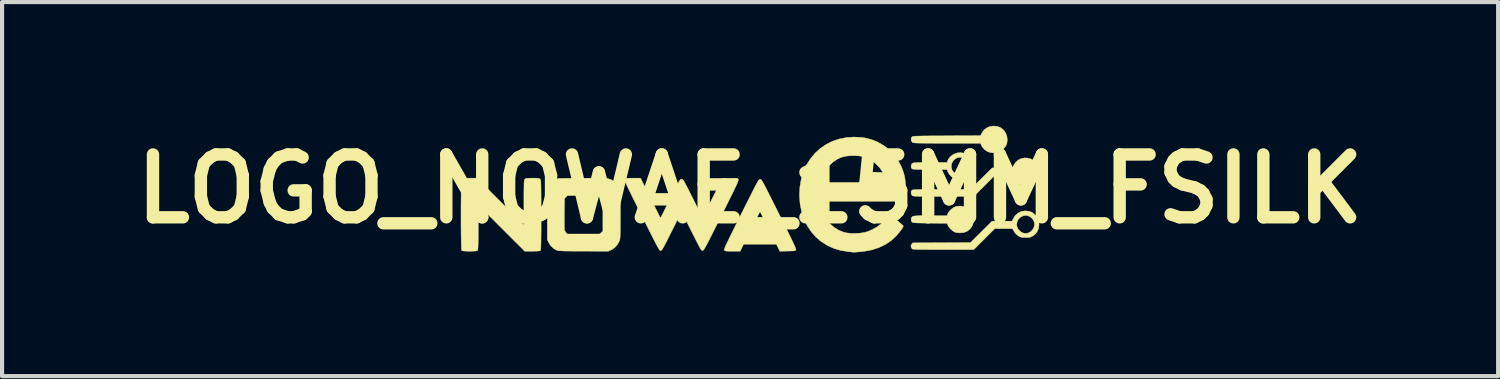
<source format=kicad_pcb>
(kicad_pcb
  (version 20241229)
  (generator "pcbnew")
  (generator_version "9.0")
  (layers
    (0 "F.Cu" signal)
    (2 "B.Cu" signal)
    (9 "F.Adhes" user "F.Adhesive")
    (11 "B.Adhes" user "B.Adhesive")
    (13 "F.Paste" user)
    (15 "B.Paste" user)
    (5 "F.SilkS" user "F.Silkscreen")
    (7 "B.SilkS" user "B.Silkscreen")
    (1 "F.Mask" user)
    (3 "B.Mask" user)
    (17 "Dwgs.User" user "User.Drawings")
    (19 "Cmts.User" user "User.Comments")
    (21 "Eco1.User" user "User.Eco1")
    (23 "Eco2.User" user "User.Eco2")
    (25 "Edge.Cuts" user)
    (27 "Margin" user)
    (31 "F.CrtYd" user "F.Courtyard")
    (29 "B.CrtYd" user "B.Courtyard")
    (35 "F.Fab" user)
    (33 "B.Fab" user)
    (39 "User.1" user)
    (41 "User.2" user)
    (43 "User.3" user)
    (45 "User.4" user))
  (footprint "LOGO_NOWAE_15MM_FSILK"
    (layer "F.Cu")
    (at 15.138 1.53)
    (property "Reference" "LOGO_NOWAE_15MM_FSILK" (at 0 0 0) (layer "F.SilkS") (effects (font (size 1.524 1.524) (thickness 0.3))))
    (attr through_hole)
    (fp_poly (pts (xy 5.195 0.431) (xy 5.271 0.461) (xy 5.326 0.499) (xy 5.376 0.563) (xy 5.409 0.64) (xy 5.422 0.725) (xy 5.416 0.81) (xy 5.39 0.89) (xy 5.385 0.898) (xy 5.332 0.974) (xy 5.265 1.027) (xy 5.184 1.058) (xy 5.09 1.068) (xy 5.02 1.062) (xy 4.961 1.046) (xy 4.956 1.044) (xy 4.91 1.015) (xy 4.862 0.972) (xy 4.821 0.924) (xy 4.794 0.879) (xy 4.791 0.872) (xy 4.778 0.835) (xy 4.363 0.831) (xy 4.247 0.83) (xy 4.154 0.828) (xy 4.081 0.827) (xy 4.027 0.825) (xy 3.987 0.822) (xy 3.96 0.819) (xy 3.942 0.814) (xy 3.93 0.809) (xy 3.926 0.805) (xy 3.906 0.769) (xy 3.905 0.727) (xy 3.921 0.688) (xy 3.933 0.675) (xy 3.943 0.669) (xy 3.956 0.663) (xy 3.976 0.659) (xy 4.004 0.656) (xy 4.045 0.654) (xy 4.1 0.652) (xy 4.173 0.652) (xy 4.267 0.651) (xy 4.369 0.651) (xy 4.775 0.651) (xy 4.791 0.609) (xy 4.817 0.562) (xy 4.86 0.512) (xy 4.911 0.469) (xy 4.956 0.441) (xy 5.03 0.42) (xy 5.112 0.417) (xy 5.195 0.431)) (stroke (width 0.01) (type solid)) (fill yes) (layer "F.SilkS"))
    (fp_poly (pts (xy 5.993 -1.516) (xy 6.02 -1.509) (xy 6.093 -1.474) (xy 6.153 -1.42) (xy 6.199 -1.351) (xy 6.228 -1.272) (xy 6.238 -1.187) (xy 6.226 -1.101) (xy 6.224 -1.092) (xy 6.199 -1.039) (xy 6.157 -0.984) (xy 6.107 -0.934) (xy 6.056 -0.9) (xy 6.051 -0.897) (xy 5.983 -0.878) (xy 5.905 -0.873) (xy 5.827 -0.881) (xy 5.759 -0.904) (xy 5.756 -0.905) (xy 5.685 -0.955) (xy 5.629 -1.02) (xy 5.605 -1.065) (xy 5.588 -1.107) (xy 4.775 -1.107) (xy 4.609 -1.107) (xy 4.467 -1.107) (xy 4.348 -1.108) (xy 4.248 -1.108) (xy 4.167 -1.109) (xy 4.101 -1.11) (xy 4.05 -1.111) (xy 4.012 -1.113) (xy 3.983 -1.116) (xy 3.963 -1.119) (xy 3.949 -1.122) (xy 3.94 -1.127) (xy 3.933 -1.131) (xy 3.91 -1.165) (xy 3.904 -1.207) (xy 3.915 -1.247) (xy 3.926 -1.261) (xy 3.932 -1.265) (xy 3.942 -1.269) (xy 3.957 -1.273) (xy 3.981 -1.275) (xy 4.014 -1.278) (xy 4.058 -1.28) (xy 4.116 -1.281) (xy 4.189 -1.283) (xy 4.28 -1.284) (xy 4.39 -1.285) (xy 4.521 -1.285) (xy 4.675 -1.286) (xy 4.768 -1.287) (xy 5.588 -1.29) (xy 5.62 -1.354) (xy 5.67 -1.425) (xy 5.736 -1.478) (xy 5.814 -1.512) (xy 5.902 -1.525) (xy 5.993 -1.516)) (stroke (width 0.01) (type solid)) (fill yes) (layer "F.SilkS"))
    (fp_poly (pts (xy 6.731 -0.747) (xy 6.808 -0.726) (xy 6.878 -0.686) (xy 6.937 -0.628) (xy 6.972 -0.574) (xy 6.997 -0.503) (xy 7.008 -0.425) (xy 7.004 -0.348) (xy 6.99 -0.295) (xy 6.945 -0.22) (xy 6.883 -0.16) (xy 6.807 -0.118) (xy 6.722 -0.096) (xy 6.633 -0.095) (xy 6.575 -0.107) (xy 6.524 -0.131) (xy 6.47 -0.172) (xy 6.421 -0.221) (xy 6.385 -0.27) (xy 6.378 -0.286) (xy 6.357 -0.339) (xy 5.946 -0.339) (xy 5.686 -0.078) (xy 5.425 0.182) (xy 4.688 0.182) (xy 4.531 0.182) (xy 4.398 0.182) (xy 4.287 0.182) (xy 4.195 0.181) (xy 4.122 0.181) (xy 4.064 0.179) (xy 4.02 0.178) (xy 3.987 0.176) (xy 3.964 0.173) (xy 3.948 0.17) (xy 3.938 0.165) (xy 3.931 0.16) (xy 3.927 0.156) (xy 3.908 0.121) (xy 3.904 0.08) (xy 3.915 0.044) (xy 3.928 0.031) (xy 3.937 0.027) (xy 3.956 0.023) (xy 3.985 0.021) (xy 4.027 0.018) (xy 4.084 0.016) (xy 4.157 0.015) (xy 4.249 0.014) (xy 4.361 0.013) (xy 4.495 0.013) (xy 4.649 0.013) (xy 5.346 0.013) (xy 5.608 -0.247) (xy 5.87 -0.508) (xy 6.116 -0.509) (xy 6.363 -0.509) (xy 6.396 -0.577) (xy 6.443 -0.648) (xy 6.504 -0.7) (xy 6.575 -0.734) (xy 6.652 -0.75) (xy 6.731 -0.747)) (stroke (width 0.01) (type solid)) (fill yes) (layer "F.SilkS"))
    (fp_poly (pts (xy 5.191 -0.866) (xy 5.268 -0.832) (xy 5.336 -0.779) (xy 5.387 -0.709) (xy 5.402 -0.678) (xy 5.418 -0.615) (xy 5.422 -0.541) (xy 5.413 -0.468) (xy 5.397 -0.417) (xy 5.349 -0.338) (xy 5.285 -0.28) (xy 5.205 -0.242) (xy 5.11 -0.225) (xy 5.106 -0.225) (xy 5.05 -0.224) (xy 5.005 -0.232) (xy 4.959 -0.25) (xy 4.956 -0.251) (xy 4.887 -0.295) (xy 4.831 -0.353) (xy 4.794 -0.418) (xy 4.792 -0.422) (xy 4.775 -0.469) (xy 4.363 -0.469) (xy 4.243 -0.469) (xy 4.147 -0.47) (xy 4.071 -0.471) (xy 4.014 -0.473) (xy 3.974 -0.476) (xy 3.947 -0.48) (xy 3.931 -0.485) (xy 3.928 -0.487) (xy 3.908 -0.515) (xy 3.907 -0.531) (xy 4.878 -0.531) (xy 4.893 -0.468) (xy 4.927 -0.415) (xy 4.975 -0.372) (xy 5.033 -0.345) (xy 5.098 -0.335) (xy 5.166 -0.346) (xy 5.197 -0.359) (xy 5.247 -0.396) (xy 5.286 -0.45) (xy 5.31 -0.512) (xy 5.314 -0.549) (xy 5.303 -0.612) (xy 5.271 -0.673) (xy 5.225 -0.722) (xy 5.205 -0.736) (xy 5.136 -0.763) (xy 5.068 -0.765) (xy 5.004 -0.746) (xy 4.948 -0.708) (xy 4.905 -0.651) (xy 4.884 -0.599) (xy 4.878 -0.531) (xy 3.907 -0.531) (xy 3.904 -0.554) (xy 3.915 -0.594) (xy 3.927 -0.612) (xy 3.935 -0.619) (xy 3.945 -0.625) (xy 3.96 -0.63) (xy 3.983 -0.633) (xy 4.017 -0.635) (xy 4.065 -0.637) (xy 4.129 -0.638) (xy 4.213 -0.638) (xy 4.319 -0.638) (xy 4.364 -0.638) (xy 4.778 -0.638) (xy 4.785 -0.668) (xy 4.808 -0.719) (xy 4.849 -0.771) (xy 4.902 -0.817) (xy 4.938 -0.84) (xy 5.021 -0.871) (xy 5.107 -0.879) (xy 5.191 -0.866)) (stroke (width 0.01) (type solid)) (fill yes) (layer "F.SilkS"))
    (fp_poly (pts (xy 6.75 0.54) (xy 6.816 0.559) (xy 6.875 0.596) (xy 6.905 0.621) (xy 6.959 0.682) (xy 6.992 0.746) (xy 7.006 0.819) (xy 7.006 0.883) (xy 6.99 0.975) (xy 6.953 1.052) (xy 6.894 1.115) (xy 6.859 1.139) (xy 6.825 1.159) (xy 6.795 1.171) (xy 6.76 1.177) (xy 6.712 1.179) (xy 6.682 1.179) (xy 6.625 1.178) (xy 6.585 1.174) (xy 6.554 1.165) (xy 6.523 1.15) (xy 6.505 1.139) (xy 6.44 1.085) (xy 6.402 1.032) (xy 6.363 0.965) (xy 6.148 0.964) (xy 5.933 0.964) (xy 5.679 1.218) (xy 5.425 1.472) (xy 4.687 1.472) (xy 4.527 1.472) (xy 4.392 1.472) (xy 4.278 1.471) (xy 4.185 1.47) (xy 4.11 1.469) (xy 4.051 1.468) (xy 4.006 1.466) (xy 3.974 1.464) (xy 3.951 1.461) (xy 3.937 1.457) (xy 3.93 1.453) (xy 3.929 1.452) (xy 3.903 1.412) (xy 3.903 1.372) (xy 3.917 1.343) (xy 3.943 1.309) (xy 4.645 1.306) (xy 5.346 1.302) (xy 5.608 1.042) (xy 5.8 0.851) (xy 6.465 0.851) (xy 6.472 0.917) (xy 6.501 0.979) (xy 6.517 0.999) (xy 6.576 1.05) (xy 6.642 1.077) (xy 6.712 1.078) (xy 6.765 1.063) (xy 6.816 1.029) (xy 6.861 0.978) (xy 6.891 0.916) (xy 6.892 0.911) (xy 6.899 0.847) (xy 6.884 0.785) (xy 6.851 0.73) (xy 6.804 0.685) (xy 6.747 0.655) (xy 6.684 0.643) (xy 6.628 0.65) (xy 6.562 0.682) (xy 6.512 0.729) (xy 6.479 0.787) (xy 6.465 0.851) (xy 5.8 0.851) (xy 5.87 0.782) (xy 6.355 0.782) (xy 6.38 0.726) (xy 6.427 0.65) (xy 6.491 0.591) (xy 6.568 0.551) (xy 6.655 0.535) (xy 6.669 0.534) (xy 6.75 0.54)) (stroke (width 0.01) (type solid)) (fill yes) (layer "F.SilkS"))
    (fp_poly (pts (xy 0.252 -0.234) (xy 0.259 -0.23) (xy 0.268 -0.223) (xy 0.279 -0.21) (xy 0.293 -0.189) (xy 0.31 -0.16) (xy 0.332 -0.12) (xy 0.36 -0.068) (xy 0.394 -0.002) (xy 0.436 0.079) (xy 0.485 0.176) (xy 0.543 0.292) (xy 0.611 0.428) (xy 0.69 0.585) (xy 0.703 0.612) (xy 0.786 0.777) (xy 0.857 0.921) (xy 0.918 1.044) (xy 0.969 1.148) (xy 1.011 1.235) (xy 1.045 1.306) (xy 1.071 1.363) (xy 1.09 1.407) (xy 1.103 1.439) (xy 1.111 1.461) (xy 1.113 1.475) (xy 1.112 1.482) (xy 1.103 1.491) (xy 1.087 1.497) (xy 1.06 1.502) (xy 1.018 1.505) (xy 0.956 1.507) (xy 0.91 1.508) (xy 0.722 1.512) (xy 0.68 1.427) (xy 0.638 1.342) (xy -0.157 1.342) (xy -0.198 1.426) (xy -0.24 1.511) (xy -0.426 1.511) (xy -0.499 1.511) (xy -0.551 1.51) (xy -0.585 1.507) (xy -0.606 1.502) (xy -0.618 1.495) (xy -0.625 1.485) (xy -0.626 1.477) (xy -0.623 1.463) (xy -0.616 1.44) (xy -0.603 1.409) (xy -0.585 1.366) (xy -0.559 1.311) (xy -0.526 1.241) (xy -0.485 1.157) (xy -0.435 1.055) (xy -0.376 0.935) (xy -0.371 0.925) (xy 0.052 0.925) (xy 0.43 0.925) (xy 0.337 0.739) (xy 0.306 0.676) (xy 0.278 0.622) (xy 0.258 0.581) (xy 0.245 0.556) (xy 0.242 0.551) (xy 0.236 0.561) (xy 0.22 0.591) (xy 0.197 0.636) (xy 0.168 0.693) (xy 0.146 0.737) (xy 0.052 0.925) (xy -0.371 0.925) (xy -0.306 0.794) (xy -0.225 0.632) (xy -0.215 0.613) (xy -0.135 0.452) (xy -0.065 0.313) (xy -0.005 0.194) (xy 0.046 0.093) (xy 0.088 0.01) (xy 0.123 -0.058) (xy 0.152 -0.112) (xy 0.175 -0.154) (xy 0.193 -0.185) (xy 0.208 -0.207) (xy 0.219 -0.221) (xy 0.228 -0.229) (xy 0.236 -0.233) (xy 0.243 -0.234) (xy 0.244 -0.234) (xy 0.252 -0.234)) (stroke (width 0.01) (type solid)) (fill yes) (layer "F.SilkS"))
    (fp_poly (pts (xy -5.484 0.879) (xy -5.484 0.331) (xy -5.484 0.197) (xy -5.484 0.086) (xy -5.483 -0.003) (xy -5.482 -0.074) (xy -5.481 -0.128) (xy -5.479 -0.168) (xy -5.476 -0.196) (xy -5.473 -0.216) (xy -5.468 -0.228) (xy -5.463 -0.236) (xy -5.46 -0.239) (xy -5.445 -0.248) (xy -5.422 -0.255) (xy -5.385 -0.258) (xy -5.331 -0.26) (xy -5.273 -0.261) (xy -5.204 -0.26) (xy -5.155 -0.258) (xy -5.124 -0.255) (xy -5.104 -0.248) (xy -5.091 -0.239) (xy -5.089 -0.237) (xy -5.084 -0.23) (xy -5.08 -0.22) (xy -5.077 -0.203) (xy -5.075 -0.178) (xy -5.073 -0.144) (xy -5.071 -0.098) (xy -5.07 -0.039) (xy -5.069 0.036) (xy -5.068 0.128) (xy -5.067 0.239) (xy -5.067 0.372) (xy -5.067 0.527) (xy -5.067 0.633) (xy -5.067 0.813) (xy -5.067 0.969) (xy -5.068 1.101) (xy -5.069 1.211) (xy -5.07 1.301) (xy -5.072 1.372) (xy -5.074 1.426) (xy -5.076 1.463) (xy -5.079 1.486) (xy -5.083 1.495) (xy -5.102 1.503) (xy -5.145 1.508) (xy -5.211 1.51) (xy -5.281 1.511) (xy -5.464 1.511) (xy -6.028 0.948) (xy -6.591 0.384) (xy -6.591 0.932) (xy -6.591 1.076) (xy -6.592 1.196) (xy -6.593 1.293) (xy -6.595 1.369) (xy -6.597 1.425) (xy -6.6 1.464) (xy -6.603 1.487) (xy -6.607 1.495) (xy -6.626 1.502) (xy -6.666 1.507) (xy -6.719 1.51) (xy -6.78 1.512) (xy -6.843 1.511) (xy -6.902 1.509) (xy -6.951 1.505) (xy -6.983 1.5) (xy -6.992 1.495) (xy -6.995 1.479) (xy -6.998 1.44) (xy -7.001 1.38) (xy -7.003 1.301) (xy -7.005 1.208) (xy -7.007 1.101) (xy -7.008 0.985) (xy -7.009 0.861) (xy -7.009 0.732) (xy -7.009 0.601) (xy -7.009 0.47) (xy -7.008 0.343) (xy -7.007 0.221) (xy -7.006 0.108) (xy -7.004 0.006) (xy -7.002 -0.082) (xy -7 -0.154) (xy -6.997 -0.207) (xy -6.994 -0.238) (xy -6.992 -0.245) (xy -6.972 -0.252) (xy -6.928 -0.257) (xy -6.86 -0.26) (xy -6.8 -0.261) (xy -6.624 -0.261) (xy -5.484 0.879)) (stroke (width 0.01) (type solid)) (fill yes) (layer "F.SilkS"))
    (fp_poly (pts (xy -3.659 -0.258) (xy -3.569 -0.256) (xy -3.502 -0.254) (xy -3.458 -0.25) (xy -3.443 -0.248) (xy -3.358 -0.217) (xy -3.28 -0.165) (xy -3.222 -0.101) (xy -3.204 -0.077) (xy -3.19 -0.053) (xy -3.178 -0.03) (xy -3.168 -0.003) (xy -3.161 0.03) (xy -3.155 0.071) (xy -3.151 0.123) (xy -3.149 0.189) (xy -3.147 0.27) (xy -3.146 0.37) (xy -3.146 0.491) (xy -3.146 0.632) (xy -3.146 0.77) (xy -3.146 0.885) (xy -3.147 0.978) (xy -3.147 1.054) (xy -3.149 1.113) (xy -3.151 1.159) (xy -3.154 1.194) (xy -3.157 1.221) (xy -3.161 1.242) (xy -3.167 1.259) (xy -3.171 1.269) (xy -3.211 1.343) (xy -3.269 1.411) (xy -3.337 1.464) (xy -3.367 1.48) (xy -3.432 1.511) (xy -4.031 1.51) (xy -4.178 1.51) (xy -4.301 1.509) (xy -4.403 1.508) (xy -4.485 1.507) (xy -4.549 1.505) (xy -4.599 1.502) (xy -4.636 1.499) (xy -4.662 1.496) (xy -4.68 1.491) (xy -4.681 1.491) (xy -4.756 1.451) (xy -4.822 1.391) (xy -4.874 1.318) (xy -4.88 1.306) (xy -4.917 1.231) (xy -4.917 0.775) (xy -4.505 0.775) (xy -4.505 0.854) (xy -4.504 0.918) (xy -4.502 0.964) (xy -4.5 0.988) (xy -4.485 1.029) (xy -4.461 1.063) (xy -4.43 1.094) (xy -3.649 1.094) (xy -3.609 1.06) (xy -3.569 1.027) (xy -3.569 0.633) (xy -3.569 0.516) (xy -3.57 0.422) (xy -3.571 0.348) (xy -3.574 0.292) (xy -3.579 0.251) (xy -3.586 0.222) (xy -3.596 0.202) (xy -3.609 0.188) (xy -3.626 0.179) (xy -3.644 0.171) (xy -3.666 0.166) (xy -3.706 0.162) (xy -3.766 0.159) (xy -3.847 0.158) (xy -3.951 0.158) (xy -4.055 0.159) (xy -4.428 0.163) (xy -4.464 0.199) (xy -4.5 0.235) (xy -4.504 0.59) (xy -4.505 0.686) (xy -4.505 0.775) (xy -4.917 0.775) (xy -4.917 0.638) (xy -4.917 0.498) (xy -4.917 0.38) (xy -4.916 0.284) (xy -4.915 0.207) (xy -4.914 0.146) (xy -4.912 0.098) (xy -4.91 0.061) (xy -4.906 0.034) (xy -4.902 0.012) (xy -4.897 -0.006) (xy -4.893 -0.018) (xy -4.848 -0.099) (xy -4.783 -0.169) (xy -4.71 -0.219) (xy -4.644 -0.254) (xy -4.077 -0.258) (xy -3.913 -0.259) (xy -3.773 -0.259) (xy -3.659 -0.258)) (stroke (width 0.01) (type solid)) (fill yes) (layer "F.SilkS"))
    (fp_poly (pts (xy -2.415 0.225) (xy -2.172 0.71) (xy -1.936 0.238) (xy -1.877 0.12) (xy -1.829 0.024) (xy -1.79 -0.052) (xy -1.759 -0.112) (xy -1.734 -0.158) (xy -1.715 -0.19) (xy -1.701 -0.212) (xy -1.689 -0.225) (xy -1.679 -0.232) (xy -1.669 -0.234) (xy -1.661 -0.234) (xy -1.651 -0.234) (xy -1.641 -0.231) (xy -1.631 -0.223) (xy -1.619 -0.209) (xy -1.603 -0.185) (xy -1.583 -0.151) (xy -1.558 -0.103) (xy -1.525 -0.041) (xy -1.485 0.039) (xy -1.435 0.139) (xy -1.387 0.234) (xy -1.153 0.703) (xy -0.671 -0.254) (xy -0.485 -0.258) (xy -0.412 -0.259) (xy -0.361 -0.259) (xy -0.327 -0.258) (xy -0.307 -0.254) (xy -0.295 -0.247) (xy -0.288 -0.237) (xy -0.285 -0.23) (xy -0.284 -0.223) (xy -0.285 -0.21) (xy -0.29 -0.192) (xy -0.299 -0.167) (xy -0.313 -0.132) (xy -0.333 -0.087) (xy -0.36 -0.03) (xy -0.394 0.041) (xy -0.437 0.128) (xy -0.488 0.231) (xy -0.548 0.353) (xy -0.619 0.496) (xy -0.696 0.649) (xy -0.777 0.811) (xy -0.847 0.95) (xy -0.907 1.07) (xy -0.958 1.171) (xy -1.001 1.255) (xy -1.036 1.323) (xy -1.065 1.377) (xy -1.089 1.419) (xy -1.107 1.45) (xy -1.121 1.472) (xy -1.133 1.486) (xy -1.141 1.494) (xy -1.149 1.498) (xy -1.153 1.498) (xy -1.162 1.496) (xy -1.171 1.49) (xy -1.183 1.478) (xy -1.198 1.457) (xy -1.217 1.425) (xy -1.241 1.38) (xy -1.273 1.32) (xy -1.312 1.244) (xy -1.36 1.148) (xy -1.419 1.031) (xy -1.423 1.022) (xy -1.661 0.547) (xy -1.898 1.022) (xy -1.958 1.141) (xy -2.007 1.238) (xy -2.046 1.316) (xy -2.078 1.376) (xy -2.103 1.422) (xy -2.123 1.455) (xy -2.138 1.477) (xy -2.15 1.49) (xy -2.159 1.496) (xy -2.168 1.498) (xy -2.169 1.498) (xy -2.176 1.497) (xy -2.184 1.492) (xy -2.193 1.481) (xy -2.206 1.464) (xy -2.222 1.439) (xy -2.242 1.403) (xy -2.268 1.356) (xy -2.299 1.296) (xy -2.338 1.222) (xy -2.384 1.131) (xy -2.439 1.022) (xy -2.503 0.894) (xy -2.578 0.745) (xy -2.626 0.649) (xy -2.707 0.486) (xy -2.777 0.345) (xy -2.838 0.224) (xy -2.888 0.121) (xy -2.93 0.036) (xy -2.963 -0.035) (xy -2.99 -0.091) (xy -3.01 -0.136) (xy -3.024 -0.17) (xy -3.032 -0.194) (xy -3.037 -0.212) (xy -3.038 -0.224) (xy -3.036 -0.23) (xy -3.03 -0.242) (xy -3.021 -0.25) (xy -3.004 -0.256) (xy -2.976 -0.259) (xy -2.931 -0.26) (xy -2.867 -0.261) (xy -2.84 -0.261) (xy -2.657 -0.261) (xy -2.415 0.225)) (stroke (width 0.01) (type solid)) (fill yes) (layer "F.SilkS"))
    (fp_poly (pts (xy 2.712 -1.246) (xy 2.781 -1.236) (xy 2.944 -1.196) (xy 3.099 -1.133) (xy 3.244 -1.049) (xy 3.376 -0.945) (xy 3.492 -0.824) (xy 3.59 -0.688) (xy 3.668 -0.539) (xy 3.671 -0.531) (xy 3.706 -0.44) (xy 3.732 -0.357) (xy 3.751 -0.275) (xy 3.764 -0.185) (xy 3.771 -0.081) (xy 3.774 -0.009) (xy 3.781 0.21) (xy 3.737 0.255) (xy 3.694 0.3) (xy 1.678 0.3) (xy 1.687 0.355) (xy 1.721 0.492) (xy 1.776 0.621) (xy 1.848 0.74) (xy 1.936 0.844) (xy 2.037 0.933) (xy 2.149 1.002) (xy 2.269 1.05) (xy 2.345 1.068) (xy 2.447 1.079) (xy 2.558 1.08) (xy 2.669 1.073) (xy 2.772 1.057) (xy 2.846 1.037) (xy 2.965 0.987) (xy 3.079 0.922) (xy 3.181 0.845) (xy 3.266 0.76) (xy 3.304 0.712) (xy 3.329 0.686) (xy 3.363 0.672) (xy 3.387 0.669) (xy 3.412 0.667) (xy 3.433 0.67) (xy 3.455 0.678) (xy 3.482 0.697) (xy 3.52 0.727) (xy 3.569 0.769) (xy 3.618 0.81) (xy 3.661 0.847) (xy 3.692 0.875) (xy 3.709 0.89) (xy 3.709 0.89) (xy 3.715 0.903) (xy 3.71 0.922) (xy 3.692 0.953) (xy 3.662 0.997) (xy 3.551 1.134) (xy 3.425 1.251) (xy 3.285 1.346) (xy 3.129 1.422) (xy 2.957 1.478) (xy 2.768 1.514) (xy 2.678 1.524) (xy 2.618 1.529) (xy 2.566 1.533) (xy 2.529 1.535) (xy 2.514 1.535) (xy 2.492 1.533) (xy 2.453 1.529) (xy 2.402 1.525) (xy 2.387 1.523) (xy 2.201 1.493) (xy 2.027 1.441) (xy 1.868 1.368) (xy 1.722 1.275) (xy 1.593 1.163) (xy 1.48 1.034) (xy 1.384 0.889) (xy 1.307 0.728) (xy 1.25 0.554) (xy 1.213 0.367) (xy 1.199 0.169) (xy 1.198 0.136) (xy 1.21 -0.062) (xy 1.227 -0.156) (xy 1.691 -0.156) (xy 2.493 -0.156) (xy 2.66 -0.156) (xy 2.804 -0.157) (xy 2.924 -0.157) (xy 3.024 -0.158) (xy 3.105 -0.159) (xy 3.169 -0.16) (xy 3.218 -0.162) (xy 3.253 -0.164) (xy 3.277 -0.167) (xy 3.29 -0.17) (xy 3.295 -0.173) (xy 3.295 -0.174) (xy 3.29 -0.206) (xy 3.277 -0.254) (xy 3.257 -0.309) (xy 3.235 -0.364) (xy 3.213 -0.412) (xy 3.206 -0.424) (xy 3.128 -0.532) (xy 3.03 -0.627) (xy 2.914 -0.706) (xy 2.794 -0.763) (xy 2.746 -0.78) (xy 2.699 -0.791) (xy 2.645 -0.799) (xy 2.577 -0.803) (xy 2.549 -0.805) (xy 2.419 -0.804) (xy 2.307 -0.791) (xy 2.208 -0.764) (xy 2.114 -0.72) (xy 2.022 -0.658) (xy 1.988 -0.631) (xy 1.918 -0.563) (xy 1.849 -0.481) (xy 1.788 -0.39) (xy 1.738 -0.299) (xy 1.705 -0.213) (xy 1.699 -0.192) (xy 1.691 -0.156) (xy 1.227 -0.156) (xy 1.244 -0.25) (xy 1.299 -0.425) (xy 1.373 -0.587) (xy 1.466 -0.734) (xy 1.576 -0.865) (xy 1.702 -0.979) (xy 1.842 -1.076) (xy 1.995 -1.153) (xy 2.16 -1.209) (xy 2.336 -1.245) (xy 2.52 -1.257) (xy 2.712 -1.246)) (stroke (width 0.01) (type solid)) (fill yes) (layer "F.SilkS")))
  (gr_rect
    (start -3 -3)
    (end 33.277 6.07)
    (stroke (width 0.1) (type default))
    (fill no)
    (layer "Edge.Cuts")))
</source>
